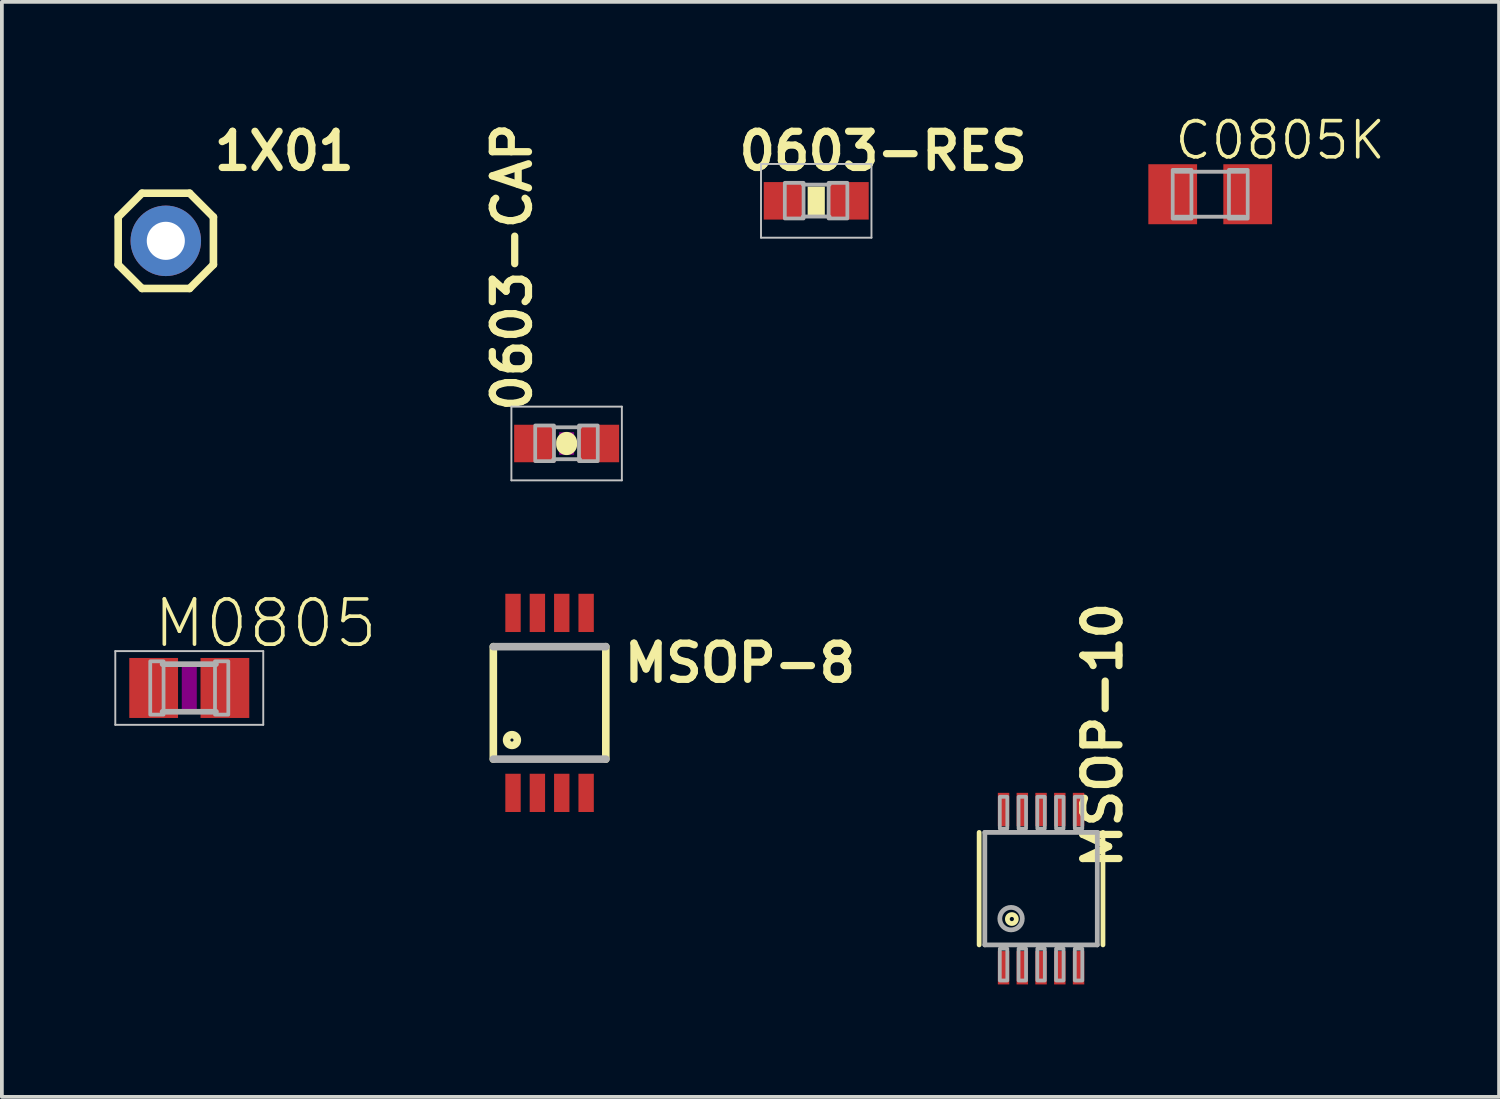
<source format=kicad_pcb>
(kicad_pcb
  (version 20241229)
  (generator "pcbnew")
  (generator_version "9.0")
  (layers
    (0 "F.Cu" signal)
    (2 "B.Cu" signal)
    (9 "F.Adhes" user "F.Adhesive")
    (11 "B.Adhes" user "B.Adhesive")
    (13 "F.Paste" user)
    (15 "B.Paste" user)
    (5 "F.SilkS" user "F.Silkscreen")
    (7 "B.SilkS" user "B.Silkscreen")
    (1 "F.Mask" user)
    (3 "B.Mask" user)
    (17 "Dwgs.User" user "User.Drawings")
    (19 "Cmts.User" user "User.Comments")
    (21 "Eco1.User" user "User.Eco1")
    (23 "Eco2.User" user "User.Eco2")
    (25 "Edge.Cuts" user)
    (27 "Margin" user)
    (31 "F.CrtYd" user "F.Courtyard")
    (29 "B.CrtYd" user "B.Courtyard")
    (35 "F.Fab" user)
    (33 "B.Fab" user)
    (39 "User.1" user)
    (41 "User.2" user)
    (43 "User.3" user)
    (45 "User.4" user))
  (footprint "1X01"
    (layer "F.Cu")
    (at 1.372 3.373)
    (property "Reference" "1X01" (at 1.194 -1.829 180) (layer "F.SilkS") (effects (font (size 0.965 0.965) (thickness 0.193)) (justify left bottom)))
    (attr through_hole)
    (fp_line (start -1.27 -0.635) (end -1.27 0.635) (stroke (width 0.203) (type solid)) (layer "F.SilkS"))
    (fp_line (start -1.27 0.635) (end -0.635 1.27) (stroke (width 0.203) (type solid)) (layer "F.SilkS"))
    (fp_line (start -0.635 -1.27) (end -1.27 -0.635) (stroke (width 0.203) (type solid)) (layer "F.SilkS"))
    (fp_line (start -0.635 1.27) (end 0.635 1.27) (stroke (width 0.203) (type solid)) (layer "F.SilkS"))
    (fp_line (start 0.635 -1.27) (end -0.635 -1.27) (stroke (width 0.203) (type solid)) (layer "F.SilkS"))
    (fp_line (start 0.635 1.27) (end 1.27 0.635) (stroke (width 0.203) (type solid)) (layer "F.SilkS"))
    (fp_line (start 1.27 -0.635) (end 0.635 -1.27) (stroke (width 0.203) (type solid)) (layer "F.SilkS"))
    (fp_line (start 1.27 0.635) (end 1.27 -0.635) (stroke (width 0.203) (type solid)) (layer "F.SilkS"))
    (fp_poly (pts (xy -0.254 0.254) (xy 0.254 0.254) (xy 0.254 -0.254) (xy -0.254 -0.254)) (stroke (width 0.1) (type solid)) (fill no) (layer "F.Fab"))
    (pad "1" thru_hole circle (at 0 0 90) (size 1.88 1.88) (drill 1.016) (layers "*.Cu" "*.Mask")))
  (footprint "C0805K"
    (layer "F.Cu")
    (at 29.226 2.13)
    (property "Reference" "C0805K" (at -1 -0.875 0) (layer "F.SilkS") (effects (font (size 0.965 0.965) (thickness 0.097)) (justify left bottom)))
    (attr through_hole)
    (fp_line (start -0.925 -0.6) (end 0.925 -0.6) (stroke (width 0.102) (type solid)) (layer "F.Fab"))
    (fp_line (start 0.925 0.6) (end -0.925 0.6) (stroke (width 0.102) (type solid)) (layer "F.Fab"))
    (fp_poly (pts (xy -1 0.65) (xy -0.5 0.65) (xy -0.5 -0.65) (xy -1 -0.65)) (stroke (width 0.1) (type solid)) (fill no) (layer "F.Fab"))
    (fp_poly (pts (xy 0.5 0.65) (xy 1 0.65) (xy 1 -0.65) (xy 0.5 -0.65)) (stroke (width 0.1) (type solid)) (fill no) (layer "F.Fab"))
    (pad "1" smd rect (at -1 0) (size 1.3 1.6) (layers "F.Cu" "F.Mask" "F.Paste"))
    (pad "2" smd rect (at 1 0) (size 1.3 1.6) (layers "F.Cu" "F.Mask" "F.Paste")))
  (footprint "0603-RES"
    (layer "F.Cu")
    (at 18.719 2.306)
    (property "Reference" "0603-RES" (at -2.159 -0.762 0) (layer "F.SilkS") (effects (font (size 0.965 0.965) (thickness 0.193)) (justify left bottom)))
    (attr through_hole)
    (fp_poly (pts (xy -0.229 0.381) (xy 0.229 0.381) (xy 0.229 -0.381) (xy -0.229 -0.381)) (stroke (width 0) (type solid)) (fill yes) (layer "F.SilkS"))
    (fp_poly (pts (xy -0.2 0.3) (xy 0.2 0.3) (xy 0.2 -0.3) (xy -0.2 -0.3)) (stroke (width 0) (type solid)) (fill yes) (layer "F.Adhes"))
    (fp_line (start -1.473 -0.983) (end 1.473 -0.983) (stroke (width 0.051) (type solid)) (layer "Dwgs.User"))
    (fp_line (start -1.473 0.983) (end -1.473 -0.983) (stroke (width 0.051) (type solid)) (layer "Dwgs.User"))
    (fp_line (start 1.473 -0.983) (end 1.473 0.983) (stroke (width 0.051) (type solid)) (layer "Dwgs.User"))
    (fp_line (start 1.473 0.983) (end -1.473 0.983) (stroke (width 0.051) (type solid)) (layer "Dwgs.User"))
    (fp_line (start -0.356 -0.432) (end 0.356 -0.432) (stroke (width 0.102) (type solid)) (layer "F.Fab"))
    (fp_line (start -0.356 0.419) (end 0.356 0.419) (stroke (width 0.102) (type solid)) (layer "F.Fab"))
    (fp_poly (pts (xy -0.838 0.47) (xy -0.338 0.47) (xy -0.338 -0.48) (xy -0.838 -0.48)) (stroke (width 0.1) (type solid)) (fill no) (layer "F.Fab"))
    (fp_poly (pts (xy 0.33 0.47) (xy 0.83 0.47) (xy 0.83 -0.48) (xy 0.33 -0.48)) (stroke (width 0.1) (type solid)) (fill no) (layer "F.Fab"))
    (pad "1" smd rect (at -0.85 0) (size 1.1 1) (layers "F.Cu" "F.Mask" "F.Paste"))
    (pad "2" smd rect (at 0.85 0) (size 1.1 1) (layers "F.Cu" "F.Mask" "F.Paste")))
  (footprint "M0805"
    (layer "F.Cu")
    (at 1.998 15.298)
    (property "Reference" "M0805" (at -1.016 -1.016 0) (layer "F.SilkS") (effects (font (size 1.206 1.206) (thickness 0.097)) (justify left bottom)))
    (attr through_hole)
    (fp_poly (pts (xy -0.2 0.6) (xy 0.2 0.6) (xy 0.2 -0.6) (xy -0.2 -0.6)) (stroke (width 0) (type solid)) (fill yes) (layer "F.Adhes"))
    (fp_line (start -1.973 -0.983) (end 1.973 -0.983) (stroke (width 0.051) (type solid)) (layer "Dwgs.User"))
    (fp_line (start -1.973 0.983) (end -1.973 -0.983) (stroke (width 0.051) (type solid)) (layer "Dwgs.User"))
    (fp_line (start 1.973 -0.983) (end 1.973 0.983) (stroke (width 0.051) (type solid)) (layer "Dwgs.User"))
    (fp_line (start 1.973 0.983) (end -1.973 0.983) (stroke (width 0.051) (type solid)) (layer "Dwgs.User"))
    (fp_line (start 0.711 -0.635) (end -0.711 -0.635) (stroke (width 0.152) (type solid)) (layer "F.Fab"))
    (fp_line (start 0.711 0.635) (end -0.711 0.635) (stroke (width 0.152) (type solid)) (layer "F.Fab"))
    (fp_poly (pts (xy -1.041 0.711) (xy -0.686 0.711) (xy -0.686 -0.711) (xy -1.041 -0.711)) (stroke (width 0.1) (type solid)) (fill no) (layer "F.Fab"))
    (fp_poly (pts (xy 0.686 0.711) (xy 1.041 0.711) (xy 1.041 -0.711) (xy 0.686 -0.711)) (stroke (width 0.1) (type solid)) (fill no) (layer "F.Fab"))
    (pad "1" smd rect (at -0.95 0) (size 1.3 1.6) (layers "F.Cu" "F.Mask" "F.Paste"))
    (pad "2" smd rect (at 0.95 0) (size 1.3 1.6) (layers "F.Cu" "F.Mask" "F.Paste")))
  (footprint "0603-CAP"
    (layer "F.Cu")
    (at 12.062 8.778)
    (property "Reference" "0603-CAP" (at -0.889 -0.762 90) (layer "F.SilkS") (effects (font (size 0.965 0.965) (thickness 0.193)) (justify left bottom)))
    (attr through_hole)
    (fp_line (start 0 -0.03) (end 0 0.03) (stroke (width 0.559) (type solid)) (layer "F.SilkS"))
    (fp_poly (pts (xy -0.2 0.3) (xy 0.2 0.3) (xy 0.2 -0.3) (xy -0.2 -0.3)) (stroke (width 0) (type solid)) (fill yes) (layer "F.Adhes"))
    (fp_line (start -1.473 -0.983) (end 1.473 -0.983) (stroke (width 0.051) (type solid)) (layer "Dwgs.User"))
    (fp_line (start -1.473 0.983) (end -1.473 -0.983) (stroke (width 0.051) (type solid)) (layer "Dwgs.User"))
    (fp_line (start 1.473 -0.983) (end 1.473 0.983) (stroke (width 0.051) (type solid)) (layer "Dwgs.User"))
    (fp_line (start 1.473 0.983) (end -1.473 0.983) (stroke (width 0.051) (type solid)) (layer "Dwgs.User"))
    (fp_line (start -0.356 -0.432) (end 0.356 -0.432) (stroke (width 0.102) (type solid)) (layer "F.Fab"))
    (fp_line (start -0.356 0.419) (end 0.356 0.419) (stroke (width 0.102) (type solid)) (layer "F.Fab"))
    (fp_poly (pts (xy -0.838 0.47) (xy -0.338 0.47) (xy -0.338 -0.48) (xy -0.838 -0.48)) (stroke (width 0.1) (type solid)) (fill no) (layer "F.Fab"))
    (fp_poly (pts (xy 0.33 0.47) (xy 0.83 0.47) (xy 0.83 -0.48) (xy 0.33 -0.48)) (stroke (width 0.1) (type solid)) (fill no) (layer "F.Fab"))
    (pad "1" smd rect (at -0.85 0) (size 1.1 1) (layers "F.Cu" "F.Mask" "F.Paste"))
    (pad "2" smd rect (at 0.85 0) (size 1.1 1) (layers "F.Cu" "F.Mask" "F.Paste")))
  (footprint "MSOP-8"
    (layer "F.Cu")
    (at 11.607 15.696)
    (property "Reference" "MSOP-8" (at 1.894 -0.5 0) (layer "F.SilkS") (effects (font (size 0.965 0.965) (thickness 0.193)) (justify left bottom)))
    (attr through_hole)
    (fp_line (start -1.5 -1.5) (end -1.5 1.5) (stroke (width 0.203) (type solid)) (layer "F.SilkS"))
    (fp_line (start 1.5 1.5) (end 1.5 -1.5) (stroke (width 0.203) (type solid)) (layer "F.SilkS"))
    (fp_circle (center -1.003 0.991) (end -0.86 0.991) (stroke (width 0.203) (type solid)) (fill no) (layer "F.SilkS"))
    (fp_line (start -1.5 1.5) (end 1.5 1.5) (stroke (width 0.203) (type solid)) (layer "F.Fab"))
    (fp_line (start 1.5 -1.5) (end -1.5 -1.5) (stroke (width 0.203) (type solid)) (layer "F.Fab"))
    (pad "1" smd rect (at -0.975 2.4) (size 0.41 1.02) (layers "F.Cu" "F.Mask" "F.Paste"))
    (pad "2" smd rect (at -0.325 2.4) (size 0.41 1.02) (layers "F.Cu" "F.Mask" "F.Paste"))
    (pad "3" smd rect (at 0.325 2.4) (size 0.41 1.02) (layers "F.Cu" "F.Mask" "F.Paste"))
    (pad "4" smd rect (at 0.975 2.4) (size 0.41 1.02) (layers "F.Cu" "F.Mask" "F.Paste"))
    (pad "5" smd rect (at 0.975 -2.4) (size 0.41 1.02) (layers "F.Cu" "F.Mask" "F.Paste"))
    (pad "6" smd rect (at 0.325 -2.4) (size 0.41 1.02) (layers "F.Cu" "F.Mask" "F.Paste"))
    (pad "7" smd rect (at -0.325 -2.4) (size 0.41 1.02) (layers "F.Cu" "F.Mask" "F.Paste"))
    (pad "8" smd rect (at -0.975 -2.4) (size 0.41 1.02) (layers "F.Cu" "F.Mask" "F.Paste")))
  (footprint "MSOP-10"
    (layer "F.Cu")
    (at 24.715 20.65)
    (property "Reference" "MSOP-10" (at 2.206 -0.446 270) (layer "F.SilkS") (effects (font (size 0.965 0.965) (thickness 0.193)) (justify left bottom)))
    (attr through_hole)
    (fp_line (start -1.651 -1.5) (end -1.651 1.5) (stroke (width 0.127) (type solid)) (layer "F.SilkS"))
    (fp_line (start 1.651 -1.5) (end 1.651 1.5) (stroke (width 0.127) (type solid)) (layer "F.SilkS"))
    (fp_circle (center -0.779 0.811) (end -0.723 0.811) (stroke (width 0.127) (type solid)) (fill no) (layer "F.SilkS"))
    (fp_line (start -1.5 -1.5) (end -1.5 1.5) (stroke (width 0.127) (type solid)) (layer "F.Fab"))
    (fp_line (start -1.5 1.5) (end 1.5 1.5) (stroke (width 0.127) (type solid)) (layer "F.Fab"))
    (fp_line (start 1.5 -1.5) (end -1.5 -1.5) (stroke (width 0.127) (type solid)) (layer "F.Fab"))
    (fp_line (start 1.5 1.5) (end 1.5 -1.5) (stroke (width 0.127) (type solid)) (layer "F.Fab"))
    (fp_circle (center -0.8 0.8) (end -0.5 0.8) (stroke (width 0.127) (type solid)) (fill no) (layer "F.Fab"))
    (fp_poly (pts (xy -1.1 -1.6) (xy -0.9 -1.6) (xy -0.9 -2.45) (xy -1.1 -2.45)) (stroke (width 0.1) (type solid)) (fill no) (layer "F.Fab"))
    (fp_poly (pts (xy -1.1 2.45) (xy -0.9 2.45) (xy -0.9 1.6) (xy -1.1 1.6)) (stroke (width 0.1) (type solid)) (fill no) (layer "F.Fab"))
    (fp_poly (pts (xy -0.6 -1.6) (xy -0.4 -1.6) (xy -0.4 -2.45) (xy -0.6 -2.45)) (stroke (width 0.1) (type solid)) (fill no) (layer "F.Fab"))
    (fp_poly (pts (xy -0.6 2.45) (xy -0.4 2.45) (xy -0.4 1.6) (xy -0.6 1.6)) (stroke (width 0.1) (type solid)) (fill no) (layer "F.Fab"))
    (fp_poly (pts (xy -0.1 -1.6) (xy 0.1 -1.6) (xy 0.1 -2.45) (xy -0.1 -2.45)) (stroke (width 0.1) (type solid)) (fill no) (layer "F.Fab"))
    (fp_poly (pts (xy -0.1 2.45) (xy 0.1 2.45) (xy 0.1 1.6) (xy -0.1 1.6)) (stroke (width 0.1) (type solid)) (fill no) (layer "F.Fab"))
    (fp_poly (pts (xy 0.4 -1.6) (xy 0.6 -1.6) (xy 0.6 -2.45) (xy 0.4 -2.45)) (stroke (width 0.1) (type solid)) (fill no) (layer "F.Fab"))
    (fp_poly (pts (xy 0.4 2.45) (xy 0.6 2.45) (xy 0.6 1.6) (xy 0.4 1.6)) (stroke (width 0.1) (type solid)) (fill no) (layer "F.Fab"))
    (fp_poly (pts (xy 0.9 -1.6) (xy 1.1 -1.6) (xy 1.1 -2.45) (xy 0.9 -2.45)) (stroke (width 0.1) (type solid)) (fill no) (layer "F.Fab"))
    (fp_poly (pts (xy 0.9 2.45) (xy 1.1 2.45) (xy 1.1 1.6) (xy 0.9 1.6)) (stroke (width 0.1) (type solid)) (fill no) (layer "F.Fab"))
    (pad "1" smd rect (at -1 2.11) (size 0.305 0.889) (layers "F.Cu" "F.Mask" "F.Paste"))
    (pad "2" smd rect (at -0.5 2.11) (size 0.305 0.889) (layers "F.Cu" "F.Mask" "F.Paste"))
    (pad "3" smd rect (at 0 2.11) (size 0.305 0.889) (layers "F.Cu" "F.Mask" "F.Paste"))
    (pad "4" smd rect (at 0.5 2.11) (size 0.305 0.889) (layers "F.Cu" "F.Mask" "F.Paste"))
    (pad "5" smd rect (at 1 2.11) (size 0.305 0.889) (layers "F.Cu" "F.Mask" "F.Paste"))
    (pad "6" smd rect (at 1 -2.11) (size 0.305 0.889) (layers "F.Cu" "F.Mask" "F.Paste"))
    (pad "7" smd rect (at 0.5 -2.11) (size 0.305 0.889) (layers "F.Cu" "F.Mask" "F.Paste"))
    (pad "8" smd rect (at 0 -2.11) (size 0.305 0.889) (layers "F.Cu" "F.Mask" "F.Paste"))
    (pad "9" smd rect (at -0.5 -2.11) (size 0.305 0.889) (layers "F.Cu" "F.Mask" "F.Paste"))
    (pad "10" smd rect (at -1 -2.11) (size 0.305 0.889) (layers "F.Cu" "F.Mask" "F.Paste")))
  (gr_rect
    (start -3 -3)
    (end 36.93 26.204)
    (stroke (width 0.1) (type default))
    (fill no)
    (layer "Edge.Cuts")))
</source>
